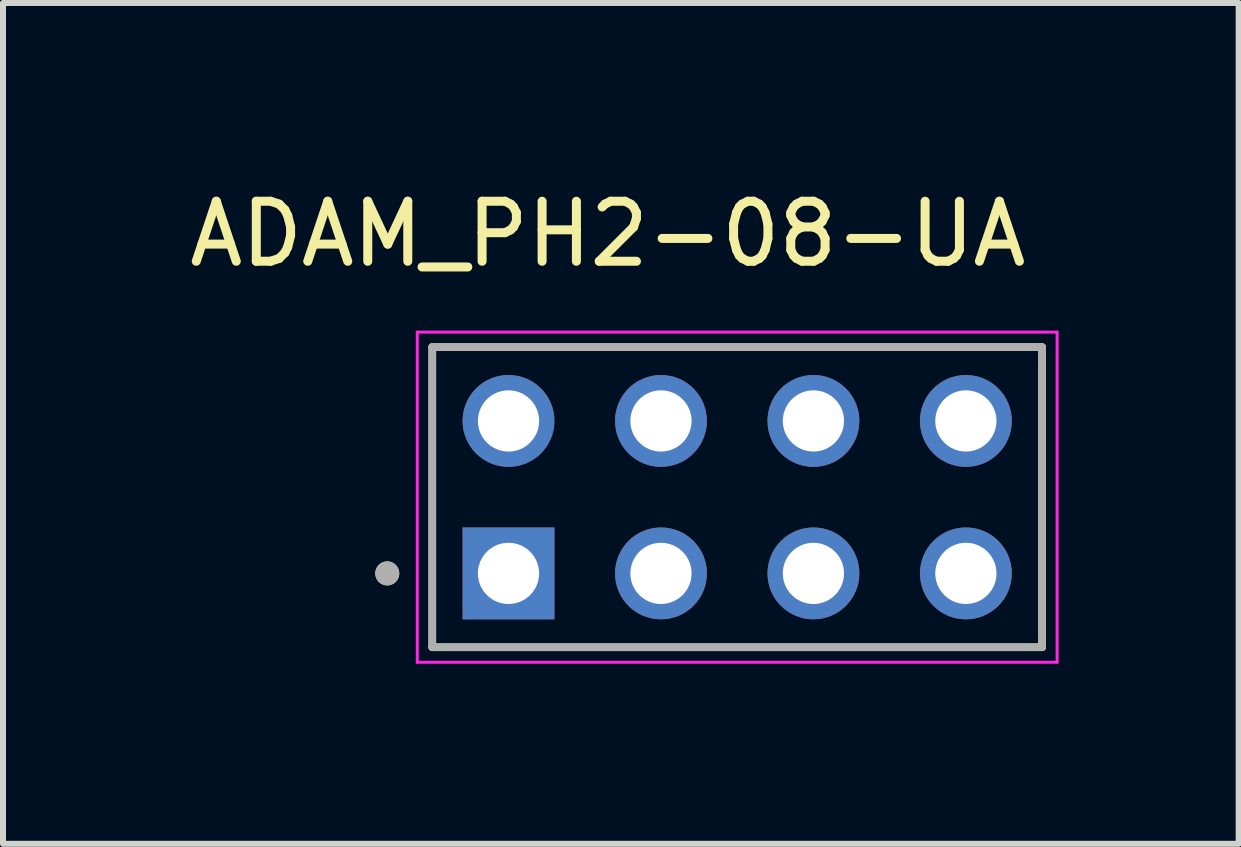
<source format=kicad_pcb>
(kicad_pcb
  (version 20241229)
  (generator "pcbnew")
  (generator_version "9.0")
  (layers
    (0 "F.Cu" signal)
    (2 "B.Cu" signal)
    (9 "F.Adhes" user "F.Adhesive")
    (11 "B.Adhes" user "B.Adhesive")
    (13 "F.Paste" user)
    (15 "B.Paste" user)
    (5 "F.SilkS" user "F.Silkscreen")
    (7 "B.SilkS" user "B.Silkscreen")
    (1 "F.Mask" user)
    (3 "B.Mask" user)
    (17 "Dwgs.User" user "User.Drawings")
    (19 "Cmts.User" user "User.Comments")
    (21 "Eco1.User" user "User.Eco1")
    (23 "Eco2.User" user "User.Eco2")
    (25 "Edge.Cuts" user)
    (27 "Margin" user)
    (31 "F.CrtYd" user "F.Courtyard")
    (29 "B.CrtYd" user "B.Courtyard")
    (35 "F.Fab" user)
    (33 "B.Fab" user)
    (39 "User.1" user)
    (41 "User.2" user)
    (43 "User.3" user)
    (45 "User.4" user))
  (footprint "ADAM_PH2-08-UA"
    (layer "F.Cu")
    (at 9.232 5.233)
    (property "Reference" "ADAM_PH2-08-UA" (at -2.155 -4.385 0) (layer "F.SilkS") (effects (font (size 1 1) (thickness 0.15))))
    (attr through_hole)
    (fp_line (start -5.08 -2.5) (end -5.08 2.5) (stroke (width 0.127) (type solid)) (layer "F.SilkS"))
    (fp_line (start -5.08 2.5) (end 5.08 2.5) (stroke (width 0.127) (type solid)) (layer "F.SilkS"))
    (fp_line (start 5.08 -2.5) (end -5.08 -2.5) (stroke (width 0.127) (type solid)) (layer "F.SilkS"))
    (fp_line (start 5.08 2.5) (end 5.08 -2.5) (stroke (width 0.127) (type solid)) (layer "F.SilkS"))
    (fp_circle (center -5.83 1.27) (end -5.73 1.27) (stroke (width 0.2) (type solid)) (fill no) (layer "F.SilkS"))
    (fp_line (start -5.33 -2.75) (end -5.33 2.75) (stroke (width 0.05) (type solid)) (layer "F.CrtYd"))
    (fp_line (start -5.33 2.75) (end 5.33 2.75) (stroke (width 0.05) (type solid)) (layer "F.CrtYd"))
    (fp_line (start 5.33 -2.75) (end -5.33 -2.75) (stroke (width 0.05) (type solid)) (layer "F.CrtYd"))
    (fp_line (start 5.33 2.75) (end 5.33 -2.75) (stroke (width 0.05) (type solid)) (layer "F.CrtYd"))
    (fp_line (start -5.08 -2.5) (end -5.08 2.5) (stroke (width 0.127) (type solid)) (layer "F.Fab"))
    (fp_line (start -5.08 2.5) (end 5.08 2.5) (stroke (width 0.127) (type solid)) (layer "F.Fab"))
    (fp_line (start 5.08 -2.5) (end -5.08 -2.5) (stroke (width 0.127) (type solid)) (layer "F.Fab"))
    (fp_line (start 5.08 2.5) (end 5.08 -2.5) (stroke (width 0.127) (type solid)) (layer "F.Fab"))
    (fp_circle (center -5.83 1.27) (end -5.73 1.27) (stroke (width 0.2) (type solid)) (fill no) (layer "F.Fab"))
    (pad "1" thru_hole rect (at -3.81 1.27) (size 1.53 1.53) (drill 1.02) (layers "*.Cu" "*.Mask"))
    (pad "2" thru_hole circle (at -3.81 -1.27) (size 1.53 1.53) (drill 1.02) (layers "*.Cu" "*.Mask"))
    (pad "3" thru_hole circle (at -1.27 1.27) (size 1.53 1.53) (drill 1.02) (layers "*.Cu" "*.Mask"))
    (pad "4" thru_hole circle (at -1.27 -1.27) (size 1.53 1.53) (drill 1.02) (layers "*.Cu" "*.Mask"))
    (pad "5" thru_hole circle (at 1.27 1.27) (size 1.53 1.53) (drill 1.02) (layers "*.Cu" "*.Mask"))
    (pad "6" thru_hole circle (at 1.27 -1.27) (size 1.53 1.53) (drill 1.02) (layers "*.Cu" "*.Mask"))
    (pad "7" thru_hole circle (at 3.81 1.27) (size 1.53 1.53) (drill 1.02) (layers "*.Cu" "*.Mask"))
    (pad "8" thru_hole circle (at 3.81 -1.27) (size 1.53 1.53) (drill 1.02) (layers "*.Cu" "*.Mask")))
  (gr_rect
    (start -3 -3)
    (end 17.587 11.008)
    (stroke (width 0.1) (type default))
    (fill no)
    (layer "Edge.Cuts")))
</source>
